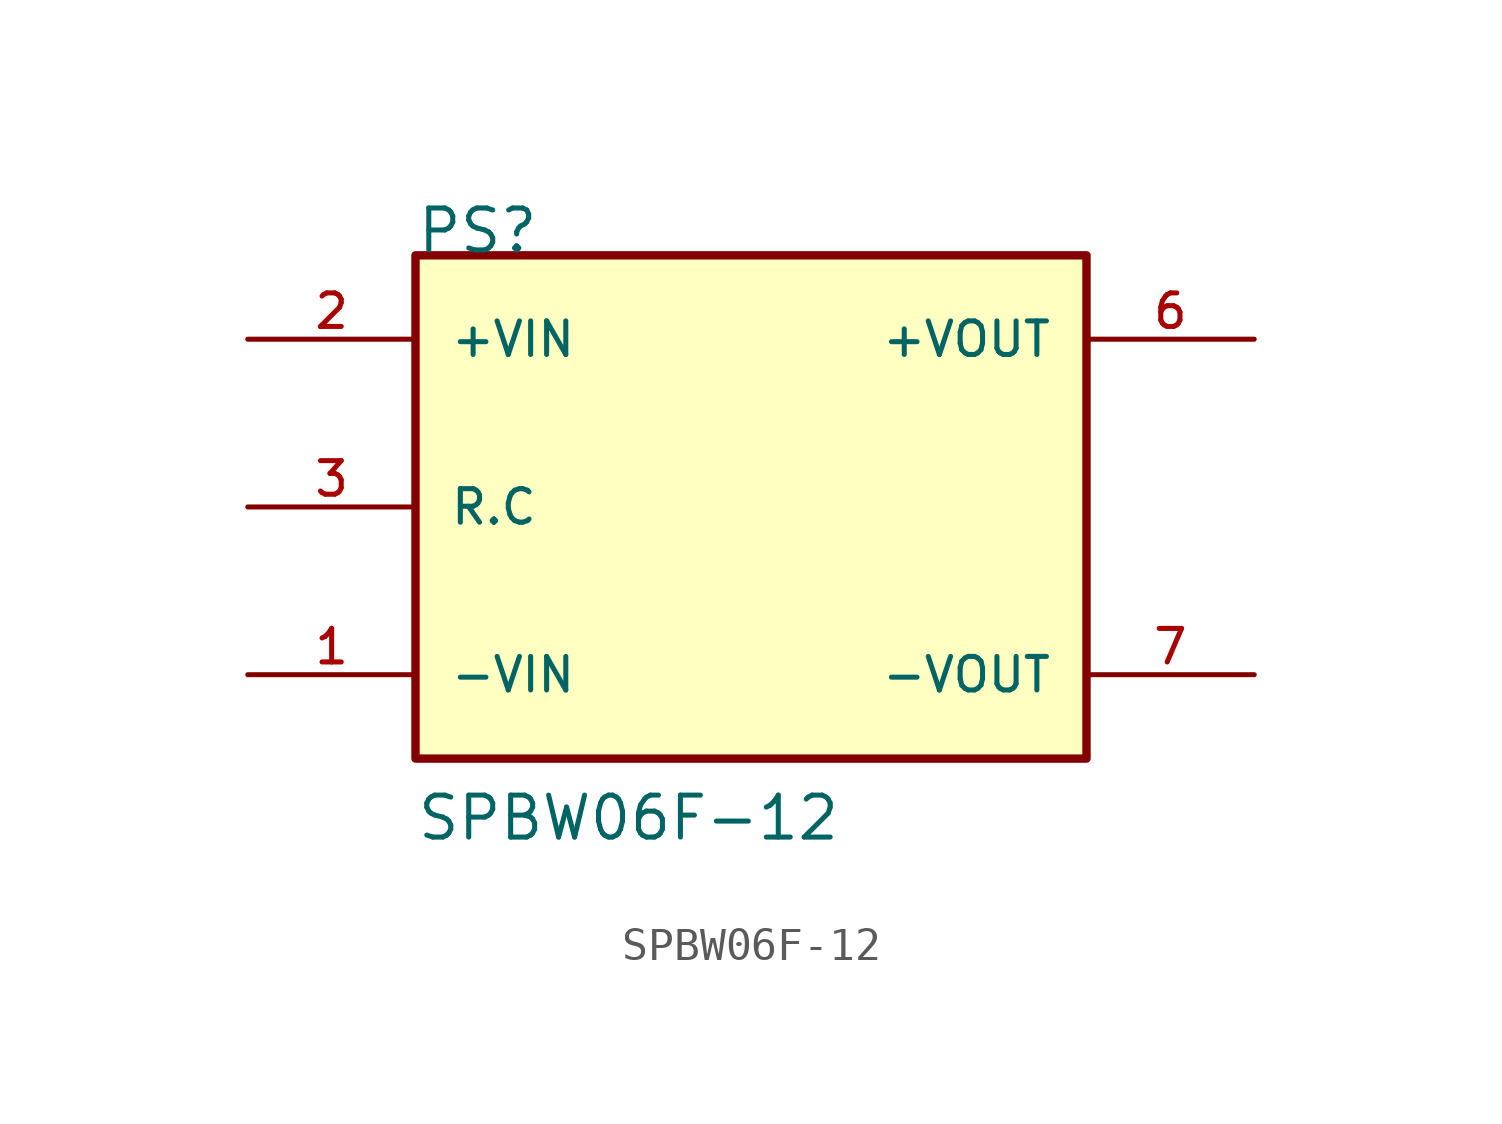
<source format=kicad_sym>
(kicad_symbol_lib
  (version 20211014)
  (generator kicad_symbol_editor)
  (symbol "SPBW06F-12"
    (pin_names
      (offset 1.016))
    (property "Reference" "PS"
      (at -10.16 7.62 0)
      (effects (font (size 1.27 1.27)) (justify bottom left)))
    (property "Value" "SPBW06F-12"
      (at -10.16 -10.16 0)
      (effects (font (size 1.27 1.27)) (justify bottom left)))
    (symbol "SPBW06F-12_0_0"
      (rectangle (start -10.16 -7.62) (end 10.16 7.62) (stroke (width 0.254)) (fill (type background)))
      (pin input line (at -15.24 5.08 0) (length 5.08) (name "+VIN" (effects (font (size 1.016 1.016)))) (number "2" (effects (font (size 1.016 1.016)))))
      (pin input line (at -15.24 0.0 0) (length 5.08) (name "R.C" (effects (font (size 1.016 1.016)))) (number "3" (effects (font (size 1.016 1.016)))))
      (pin input line (at -15.24 -5.08 0) (length 5.08) (name "-VIN" (effects (font (size 1.016 1.016)))) (number "1" (effects (font (size 1.016 1.016)))))
      (pin output line (at 15.24 5.08 180.0) (length 5.08) (name "+VOUT" (effects (font (size 1.016 1.016)))) (number "6" (effects (font (size 1.016 1.016)))))
      (pin output line (at 15.24 -5.08 180.0) (length 5.08) (name "-VOUT" (effects (font (size 1.016 1.016)))) (number "7" (effects (font (size 1.016 1.016))))))))
</source>
